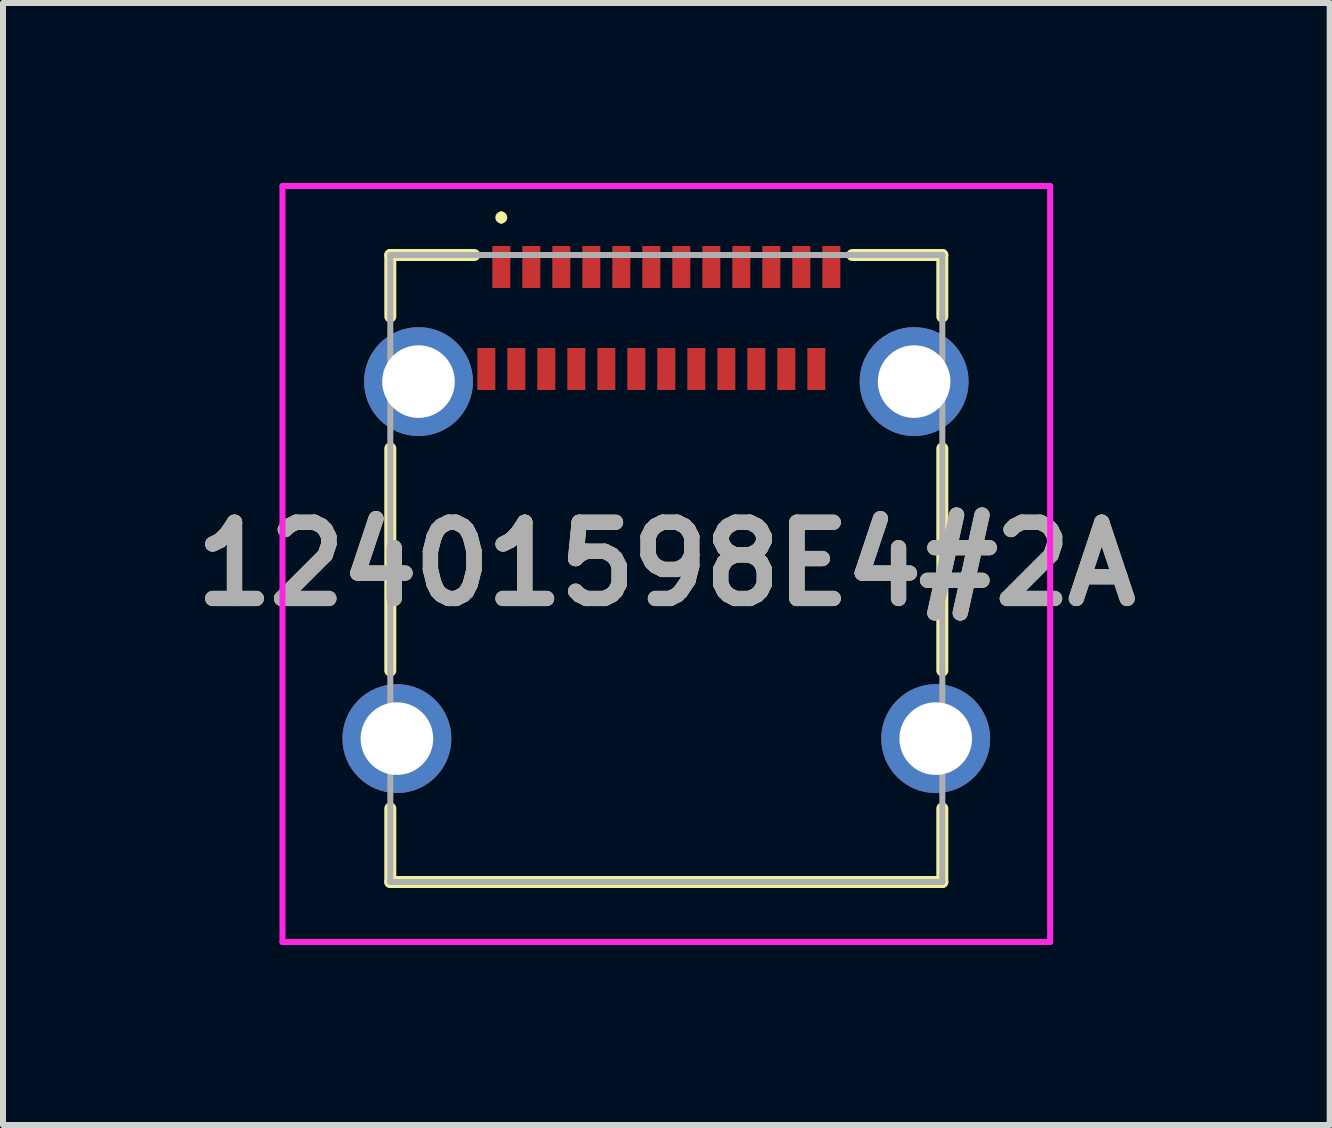
<source format=kicad_pcb>
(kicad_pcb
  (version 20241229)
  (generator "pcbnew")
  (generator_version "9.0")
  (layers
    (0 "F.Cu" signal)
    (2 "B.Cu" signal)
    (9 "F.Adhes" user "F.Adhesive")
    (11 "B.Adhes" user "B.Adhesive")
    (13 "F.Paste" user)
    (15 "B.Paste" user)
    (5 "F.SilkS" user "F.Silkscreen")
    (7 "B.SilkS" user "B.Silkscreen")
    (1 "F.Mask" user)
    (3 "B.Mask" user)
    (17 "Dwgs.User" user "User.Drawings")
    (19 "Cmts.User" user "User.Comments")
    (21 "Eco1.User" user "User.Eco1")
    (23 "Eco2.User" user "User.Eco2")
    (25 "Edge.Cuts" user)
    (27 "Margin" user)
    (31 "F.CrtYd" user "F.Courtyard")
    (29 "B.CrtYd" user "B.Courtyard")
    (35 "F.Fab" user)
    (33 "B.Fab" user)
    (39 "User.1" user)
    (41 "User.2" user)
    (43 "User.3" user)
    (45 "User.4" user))
  (footprint "12401598E4#2A"
    (layer "F.Cu")
    (at 8.055 6.425)
    (property "Reference" "12401598E4#2A" (at 0 -0.075 0) (layer "F.SilkS") (effects (font (size 1.27 1.27) (thickness 0.254))))
    (attr through_hole)
    (fp_line (start -4.6 -5.225) (end -4.6 -4.2) (stroke (width 0.2) (type solid)) (layer "F.SilkS"))
    (fp_line (start -4.6 -2) (end -4.6 1.7) (stroke (width 0.2) (type solid)) (layer "F.SilkS"))
    (fp_line (start -4.6 4) (end -4.6 5.225) (stroke (width 0.2) (type solid)) (layer "F.SilkS"))
    (fp_line (start -4.6 5.225) (end 4.6 5.225) (stroke (width 0.2) (type solid)) (layer "F.SilkS"))
    (fp_line (start -3.2 -5.225) (end -4.6 -5.225) (stroke (width 0.2) (type solid)) (layer "F.SilkS"))
    (fp_line (start -2.75 -5.9) (end -2.75 -5.9) (stroke (width 0.1) (type solid)) (layer "F.SilkS"))
    (fp_line (start -2.75 -5.8) (end -2.75 -5.8) (stroke (width 0.1) (type solid)) (layer "F.SilkS"))
    (fp_line (start 4.6 -5.225) (end 3.1 -5.225) (stroke (width 0.2) (type solid)) (layer "F.SilkS"))
    (fp_line (start 4.6 -4.2) (end 4.6 -5.225) (stroke (width 0.2) (type solid)) (layer "F.SilkS"))
    (fp_line (start 4.6 1.7) (end 4.6 -2) (stroke (width 0.2) (type solid)) (layer "F.SilkS"))
    (fp_line (start 4.6 5.225) (end 4.6 4) (stroke (width 0.2) (type solid)) (layer "F.SilkS"))
    (fp_arc (start -2.751 -5.8) (mid -2.8005 -5.8505) (end -2.75 -5.9) (stroke (width 0.1) (type solid)) (layer "F.SilkS"))
    (fp_arc (start -2.75 -5.9) (mid -2.7 -5.85) (end -2.75 -5.8) (stroke (width 0.1) (type solid)) (layer "F.SilkS"))
    (fp_line (start -6.397 -6.375) (end 6.397 -6.375) (stroke (width 0.1) (type solid)) (layer "F.CrtYd"))
    (fp_line (start -6.397 6.225) (end -6.397 -6.375) (stroke (width 0.1) (type solid)) (layer "F.CrtYd"))
    (fp_line (start 6.397 -6.375) (end 6.397 6.225) (stroke (width 0.1) (type solid)) (layer "F.CrtYd"))
    (fp_line (start 6.397 6.225) (end -6.397 6.225) (stroke (width 0.1) (type solid)) (layer "F.CrtYd"))
    (fp_line (start -4.6 -5.225) (end 4.6 -5.225) (stroke (width 0.1) (type solid)) (layer "F.Fab"))
    (fp_line (start -4.6 5.225) (end -4.6 -5.225) (stroke (width 0.1) (type solid)) (layer "F.Fab"))
    (fp_line (start 4.6 -5.225) (end 4.6 5.225) (stroke (width 0.1) (type solid)) (layer "F.Fab"))
    (fp_line (start 4.6 5.225) (end -4.6 5.225) (stroke (width 0.1) (type solid)) (layer "F.Fab"))
    (fp_text user "${REFERENCE}" (at 0 -0.075 0) (layer "F.Fab") (effects (font (size 1.27 1.27) (thickness 0.254))))
    (pad "" np_thru_hole circle (at -3.6 -4.365) (size 0.001 0.001) (drill 0.65) (layers "*.Cu" "*.Mask"))
    (pad "" np_thru_hole circle (at 3.6 -4.365) (size 0.001 0.001) (drill 1.15) (layers "*.Cu" "*.Mask"))
    (pad "A1" smd rect (at -2.75 -5.025) (size 0.3 0.7) (layers "F.Cu" "F.Mask" "F.Paste"))
    (pad "A2" smd rect (at -2.25 -5.025) (size 0.3 0.7) (layers "F.Cu" "F.Mask" "F.Paste"))
    (pad "A3" smd rect (at -1.75 -5.025) (size 0.3 0.7) (layers "F.Cu" "F.Mask" "F.Paste"))
    (pad "A4" smd rect (at -1.25 -5.025) (size 0.3 0.7) (layers "F.Cu" "F.Mask" "F.Paste"))
    (pad "A5" smd rect (at -0.75 -5.025) (size 0.3 0.7) (layers "F.Cu" "F.Mask" "F.Paste"))
    (pad "A6" smd rect (at -0.25 -5.025) (size 0.3 0.7) (layers "F.Cu" "F.Mask" "F.Paste"))
    (pad "A7" smd rect (at 0.25 -5.025) (size 0.3 0.7) (layers "F.Cu" "F.Mask" "F.Paste"))
    (pad "A8" smd rect (at 0.75 -5.025) (size 0.3 0.7) (layers "F.Cu" "F.Mask" "F.Paste"))
    (pad "A9" smd rect (at 1.25 -5.025) (size 0.3 0.7) (layers "F.Cu" "F.Mask" "F.Paste"))
    (pad "A10" smd rect (at 1.75 -5.025) (size 0.3 0.7) (layers "F.Cu" "F.Mask" "F.Paste"))
    (pad "A11" smd rect (at 2.25 -5.025) (size 0.3 0.7) (layers "F.Cu" "F.Mask" "F.Paste"))
    (pad "A12" smd rect (at 2.75 -5.025) (size 0.3 0.7) (layers "F.Cu" "F.Mask" "F.Paste"))
    (pad "B1" smd rect (at 2.5 -3.325) (size 0.3 0.7) (layers "F.Cu" "F.Mask" "F.Paste"))
    (pad "B2" smd rect (at 2 -3.325) (size 0.3 0.7) (layers "F.Cu" "F.Mask" "F.Paste"))
    (pad "B3" smd rect (at 1.5 -3.325) (size 0.3 0.7) (layers "F.Cu" "F.Mask" "F.Paste"))
    (pad "B4" smd rect (at 1 -3.325) (size 0.3 0.7) (layers "F.Cu" "F.Mask" "F.Paste"))
    (pad "B5" smd rect (at 0.5 -3.325) (size 0.3 0.7) (layers "F.Cu" "F.Mask" "F.Paste"))
    (pad "B6" smd rect (at 0 -3.325) (size 0.3 0.7) (layers "F.Cu" "F.Mask" "F.Paste"))
    (pad "B7" smd rect (at -0.5 -3.325) (size 0.3 0.7) (layers "F.Cu" "F.Mask" "F.Paste"))
    (pad "B8" smd rect (at -1 -3.325) (size 0.3 0.7) (layers "F.Cu" "F.Mask" "F.Paste"))
    (pad "B9" smd rect (at -1.5 -3.325) (size 0.3 0.7) (layers "F.Cu" "F.Mask" "F.Paste"))
    (pad "B10" smd rect (at -2 -3.325) (size 0.3 0.7) (layers "F.Cu" "F.Mask" "F.Paste"))
    (pad "B11" smd rect (at -2.5 -3.325) (size 0.3 0.7) (layers "F.Cu" "F.Mask" "F.Paste"))
    (pad "B12" smd rect (at -3 -3.325) (size 0.3 0.7) (layers "F.Cu" "F.Mask" "F.Paste"))
    (pad "MH1" thru_hole circle (at -4.13 -3.115) (size 1.815 1.815) (drill 1.21) (layers "*.Cu" "*.Mask"))
    (pad "MH2" thru_hole circle (at 4.13 -3.115) (size 1.815 1.815) (drill 1.21) (layers "*.Cu" "*.Mask"))
    (pad "MH3" thru_hole circle (at 4.49 2.835) (size 1.815 1.815) (drill 1.21) (layers "*.Cu" "*.Mask"))
    (pad "MH4" thru_hole circle (at -4.49 2.835) (size 1.815 1.815) (drill 1.21) (layers "*.Cu" "*.Mask")))
  (gr_rect
    (start -3 -3)
    (end 19.111 15.7)
    (stroke (width 0.1) (type default))
    (fill no)
    (layer "Edge.Cuts")))
</source>
